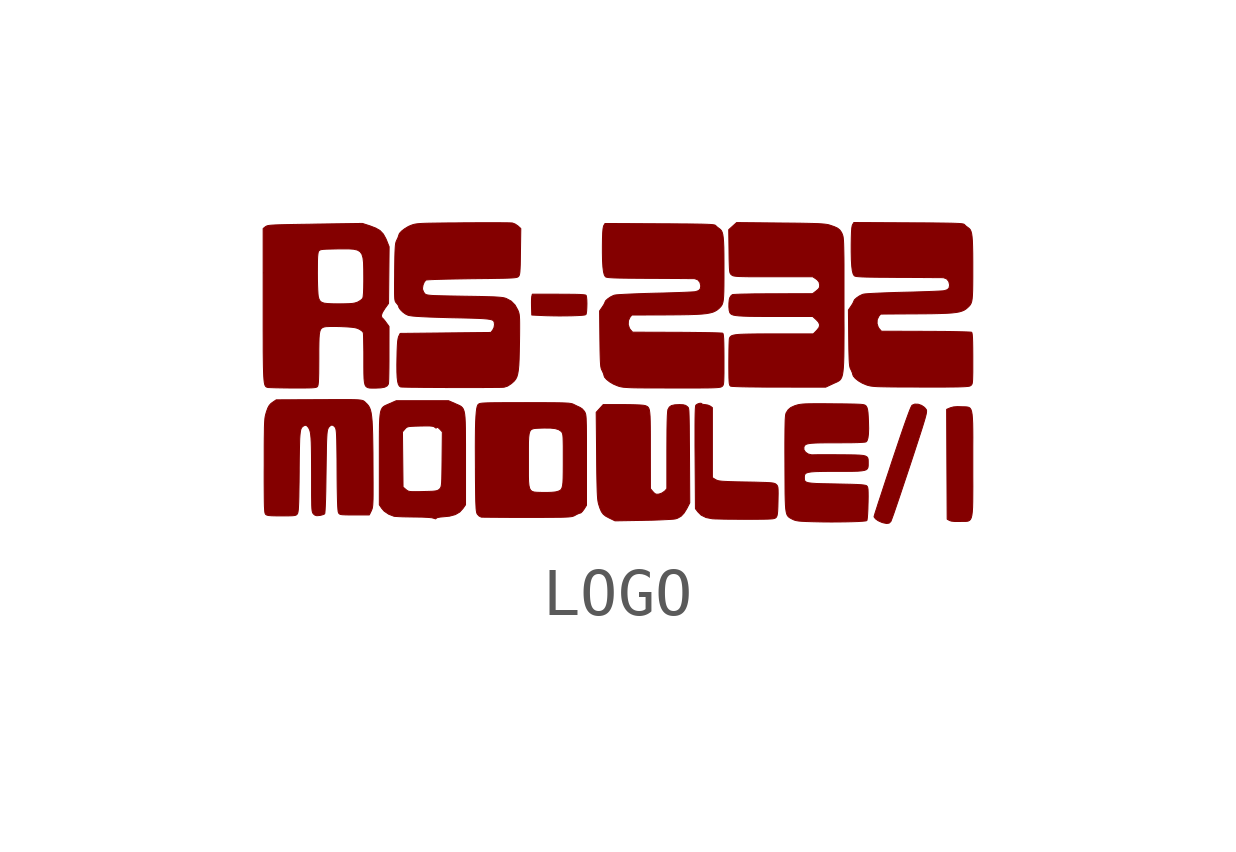
<source format=kicad_sym>
(kicad_symbol_lib
  (version 20220914)
  (generator bitmap2component)
  (symbol "LOGO"
    (pin_names
      (offset 1.016))
    (property "Reference" "#G"
      (at 0 2.714 0)
      (effects (font (size 1.27 1.27)) hide))
    (symbol "LOGO_0_0"
      (polyline (pts (xy 5.661 -3.156) (xy 5.697 -3.122) (xy 5.705 -3.102) (xy 5.726 -3.046) (xy 5.758 -2.958) (xy 5.798 -2.841) (xy 5.846 -2.7) (xy 5.901 -2.537) (xy 5.961 -2.357) (xy 6.026 -2.163) (xy 6.094 -1.958) (xy 6.125 -1.864) (xy 6.198 -1.642) (xy 6.259 -1.454) (xy 6.31 -1.297) (xy 6.351 -1.169) (xy 6.383 -1.065) (xy 6.407 -0.984) (xy 6.424 -0.921) (xy 6.435 -0.875) (xy 6.44 -0.841) (xy 6.441 -0.817) (xy 6.439 -0.801) (xy 6.433 -0.788) (xy 6.4 -0.747) (xy 6.337 -0.703) (xy 6.265 -0.678) (xy 6.194 -0.676) (xy 6.139 -0.699) (xy 6.131 -0.71) (xy 6.112 -0.748) (xy 6.085 -0.813) (xy 6.05 -0.907) (xy 6.005 -1.031) (xy 5.95 -1.188) (xy 5.885 -1.378) (xy 5.809 -1.604) (xy 5.721 -1.866) (xy 5.66 -2.053) (xy 5.595 -2.248) (xy 5.536 -2.428) (xy 5.483 -2.591) (xy 5.436 -2.732) (xy 5.399 -2.849) (xy 5.37 -2.938) (xy 5.353 -2.996) (xy 5.346 -3.018) (xy 5.348 -3.029) (xy 5.377 -3.067) (xy 5.431 -3.106) (xy 5.501 -3.138) (xy 5.533 -3.149) (xy 5.609 -3.164) (xy 5.661 -3.156)) (stroke (width 0.01) (type default)) (fill (type outline)))
      (polyline (pts (xy 4.617 -3.132) (xy 4.765 -3.13) (xy 4.899 -3.127) (xy 5.014 -3.123) (xy 5.106 -3.117) (xy 5.168 -3.111) (xy 5.195 -3.104) (xy 5.2 -3.091) (xy 5.207 -3.042) (xy 5.213 -2.964) (xy 5.218 -2.863) (xy 5.221 -2.746) (xy 5.222 -2.719) (xy 5.224 -2.6) (xy 5.223 -2.514) (xy 5.221 -2.455) (xy 5.215 -2.417) (xy 5.206 -2.394) (xy 5.193 -2.379) (xy 5.191 -2.377) (xy 5.17 -2.369) (xy 5.132 -2.362) (xy 5.075 -2.356) (xy 4.992 -2.351) (xy 4.882 -2.347) (xy 4.739 -2.344) (xy 4.559 -2.34) (xy 4.406 -2.337) (xy 4.255 -2.334) (xy 4.138 -2.33) (xy 4.049 -2.324) (xy 3.984 -2.316) (xy 3.941 -2.304) (xy 3.914 -2.288) (xy 3.9 -2.268) (xy 3.895 -2.242) (xy 3.894 -2.209) (xy 3.894 -2.188) (xy 3.898 -2.156) (xy 3.911 -2.131) (xy 3.936 -2.112) (xy 3.977 -2.099) (xy 4.038 -2.089) (xy 4.123 -2.083) (xy 4.236 -2.08) (xy 4.382 -2.078) (xy 4.564 -2.078) (xy 4.578 -2.078) (xy 4.756 -2.078) (xy 4.898 -2.077) (xy 5.008 -2.074) (xy 5.09 -2.067) (xy 5.148 -2.057) (xy 5.187 -2.042) (xy 5.21 -2.02) (xy 5.221 -1.991) (xy 5.225 -1.954) (xy 5.225 -1.907) (xy 5.225 -1.878) (xy 5.224 -1.835) (xy 5.217 -1.801) (xy 5.199 -1.776) (xy 5.168 -1.758) (xy 5.118 -1.746) (xy 5.045 -1.739) (xy 4.944 -1.735) (xy 4.812 -1.733) (xy 4.644 -1.732) (xy 4.525 -1.731) (xy 4.391 -1.731) (xy 4.273 -1.731) (xy 4.177 -1.731) (xy 4.11 -1.732) (xy 4.077 -1.733) (xy 4.044 -1.733) (xy 3.974 -1.716) (xy 3.918 -1.678) (xy 3.885 -1.628) (xy 3.884 -1.573) (xy 3.886 -1.567) (xy 3.897 -1.543) (xy 3.914 -1.525) (xy 3.942 -1.51) (xy 3.985 -1.5) (xy 4.048 -1.492) (xy 4.133 -1.487) (xy 4.247 -1.484) (xy 4.392 -1.483) (xy 4.574 -1.483) (xy 4.728 -1.482) (xy 4.89 -1.481) (xy 5.016 -1.478) (xy 5.106 -1.473) (xy 5.162 -1.468) (xy 5.185 -1.46) (xy 5.201 -1.439) (xy 5.219 -1.383) (xy 5.23 -1.299) (xy 5.234 -1.181) (xy 5.23 -1.028) (xy 5.226 -0.942) (xy 5.22 -0.851) (xy 5.211 -0.788) (xy 5.199 -0.747) (xy 5.184 -0.72) (xy 5.176 -0.711) (xy 5.164 -0.701) (xy 5.146 -0.693) (xy 5.118 -0.686) (xy 5.075 -0.681) (xy 5.014 -0.678) (xy 4.93 -0.675) (xy 4.818 -0.673) (xy 4.675 -0.671) (xy 4.496 -0.67) (xy 4.435 -0.669) (xy 4.261 -0.668) (xy 4.122 -0.668) (xy 4.012 -0.669) (xy 3.926 -0.671) (xy 3.86 -0.675) (xy 3.809 -0.681) (xy 3.768 -0.688) (xy 3.732 -0.698) (xy 3.691 -0.711) (xy 3.612 -0.747) (xy 3.558 -0.792) (xy 3.516 -0.856) (xy 3.515 -0.859) (xy 3.508 -0.879) (xy 3.502 -0.909) (xy 3.498 -0.952) (xy 3.494 -1.012) (xy 3.492 -1.092) (xy 3.49 -1.196) (xy 3.489 -1.327) (xy 3.488 -1.487) (xy 3.488 -1.682) (xy 3.489 -1.913) (xy 3.489 -1.955) (xy 3.49 -2.184) (xy 3.491 -2.377) (xy 3.492 -2.538) (xy 3.495 -2.668) (xy 3.499 -2.773) (xy 3.505 -2.854) (xy 3.514 -2.917) (xy 3.525 -2.963) (xy 3.54 -2.997) (xy 3.559 -3.021) (xy 3.581 -3.04) (xy 3.609 -3.056) (xy 3.642 -3.074) (xy 3.645 -3.075) (xy 3.679 -3.091) (xy 3.719 -3.103) (xy 3.77 -3.112) (xy 3.84 -3.118) (xy 3.936 -3.123) (xy 4.065 -3.127) (xy 4.149 -3.129) (xy 4.304 -3.132) (xy 4.462 -3.133) (xy 4.617 -3.132)) (stroke (width 0.01) (type default)) (fill (type outline)))
      (polyline (pts (xy 7.146 -3.122) (xy 7.179 -3.121) (xy 7.229 -3.121) (xy 7.27 -3.12) (xy 7.305 -3.115) (xy 7.333 -3.102) (xy 7.355 -3.08) (xy 7.372 -3.045) (xy 7.385 -2.993) (xy 7.394 -2.922) (xy 7.4 -2.83) (xy 7.403 -2.712) (xy 7.404 -2.565) (xy 7.405 -2.388) (xy 7.404 -2.176) (xy 7.404 -1.927) (xy 7.404 -1.792) (xy 7.404 -1.563) (xy 7.405 -1.37) (xy 7.404 -1.21) (xy 7.402 -1.079) (xy 7.397 -0.974) (xy 7.39 -0.893) (xy 7.38 -0.833) (xy 7.366 -0.79) (xy 7.348 -0.762) (xy 7.324 -0.745) (xy 7.295 -0.737) (xy 7.259 -0.733) (xy 7.217 -0.732) (xy 7.167 -0.731) (xy 7.084 -0.728) (xy 7 -0.735) (xy 6.935 -0.753) (xy 6.859 -0.785) (xy 6.864 -1.93) (xy 6.87 -3.075) (xy 6.92 -3.102) (xy 6.954 -3.114) (xy 7.032 -3.123) (xy 7.146 -3.122)) (stroke (width 0.01) (type default)) (fill (type outline)))
      (polyline (pts (xy 0.545 -3.099) (xy 0.58 -3.098) (xy 0.733 -3.095) (xy 0.875 -3.09) (xy 1 -3.084) (xy 1.101 -3.079) (xy 1.175 -3.073) (xy 1.213 -3.067) (xy 1.252 -3.054) (xy 1.326 -3.012) (xy 1.387 -2.947) (xy 1.446 -2.851) (xy 1.506 -2.734) (xy 1.502 -2.017) (xy 1.501 -1.837) (xy 1.5 -1.607) (xy 1.498 -1.413) (xy 1.497 -1.25) (xy 1.496 -1.117) (xy 1.494 -1.011) (xy 1.492 -0.927) (xy 1.49 -0.863) (xy 1.488 -0.817) (xy 1.484 -0.784) (xy 1.48 -0.763) (xy 1.475 -0.749) (xy 1.468 -0.741) (xy 1.461 -0.734) (xy 1.452 -0.726) (xy 1.42 -0.703) (xy 1.37 -0.69) (xy 1.292 -0.686) (xy 1.193 -0.691) (xy 1.123 -0.707) (xy 1.079 -0.739) (xy 1.052 -0.788) (xy 1.05 -0.792) (xy 1.044 -0.838) (xy 1.038 -0.922) (xy 1.034 -1.044) (xy 1.031 -1.205) (xy 1.03 -1.406) (xy 1.029 -1.646) (xy 1.029 -2.439) (xy 0.984 -2.489) (xy 0.981 -2.491) (xy 0.928 -2.528) (xy 0.865 -2.551) (xy 0.815 -2.555) (xy 0.778 -2.541) (xy 0.739 -2.501) (xy 0.686 -2.438) (xy 0.685 -1.617) (xy 0.685 -1.495) (xy 0.685 -1.306) (xy 0.684 -1.152) (xy 0.682 -1.028) (xy 0.679 -0.932) (xy 0.673 -0.859) (xy 0.666 -0.806) (xy 0.655 -0.769) (xy 0.642 -0.745) (xy 0.624 -0.728) (xy 0.603 -0.717) (xy 0.577 -0.707) (xy 0.54 -0.7) (xy 0.468 -0.694) (xy 0.369 -0.69) (xy 0.248 -0.687) (xy 0.112 -0.686) (xy -0.298 -0.686) (xy -0.371 -0.767) (xy -0.444 -0.847) (xy -0.435 -1.75) (xy -0.434 -1.909) (xy -0.432 -2.103) (xy -0.429 -2.264) (xy -0.426 -2.394) (xy -0.423 -2.499) (xy -0.419 -2.581) (xy -0.414 -2.645) (xy -0.408 -2.694) (xy -0.401 -2.732) (xy -0.393 -2.764) (xy -0.366 -2.847) (xy -0.334 -2.92) (xy -0.296 -2.971) (xy -0.246 -3.011) (xy -0.175 -3.049) (xy -0.051 -3.109) (xy 0.545 -3.099)) (stroke (width 0.01) (type default)) (fill (type outline)))
      (polyline (pts (xy -3.777 -3.055) (xy -3.777 -3.055) (xy -3.753 -3.041) (xy -3.694 -3.03) (xy -3.605 -3.022) (xy -3.499 -3.011) (xy -3.38 -2.979) (xy -3.288 -2.926) (xy -3.219 -2.85) (xy -3.167 -2.775) (xy -3.167 -1.822) (xy -3.167 -1.74) (xy -3.167 -1.519) (xy -3.168 -1.334) (xy -3.169 -1.181) (xy -3.172 -1.057) (xy -3.177 -0.958) (xy -3.185 -0.881) (xy -3.197 -0.823) (xy -3.213 -0.779) (xy -3.234 -0.748) (xy -3.26 -0.724) (xy -3.292 -0.705) (xy -3.331 -0.688) (xy -3.377 -0.668) (xy -3.521 -0.605) (xy -4.065 -0.605) (xy -4.61 -0.605) (xy -4.754 -0.668) (xy -4.77 -0.675) (xy -4.813 -0.694) (xy -4.85 -0.711) (xy -4.88 -0.731) (xy -4.904 -0.757) (xy -4.923 -0.792) (xy -4.938 -0.84) (xy -4.948 -0.904) (xy -4.955 -0.988) (xy -4.96 -1.095) (xy -4.962 -1.228) (xy -4.962 -1.255) (xy -4.481 -1.255) (xy -4.431 -1.198) (xy -4.424 -1.189) (xy -4.404 -1.169) (xy -4.38 -1.154) (xy -4.347 -1.145) (xy -4.296 -1.14) (xy -4.22 -1.136) (xy -4.11 -1.133) (xy -4.098 -1.133) (xy -3.988 -1.131) (xy -3.91 -1.132) (xy -3.859 -1.137) (xy -3.827 -1.145) (xy -3.808 -1.158) (xy -3.781 -1.177) (xy -3.766 -1.165) (xy -3.764 -1.162) (xy -3.742 -1.162) (xy -3.703 -1.198) (xy -3.65 -1.255) (xy -3.656 -1.827) (xy -3.656 -1.845) (xy -3.658 -2.009) (xy -3.66 -2.137) (xy -3.662 -2.234) (xy -3.665 -2.306) (xy -3.67 -2.357) (xy -3.676 -2.392) (xy -3.684 -2.415) (xy -3.694 -2.431) (xy -3.708 -2.446) (xy -3.711 -2.449) (xy -3.732 -2.466) (xy -3.758 -2.478) (xy -3.796 -2.486) (xy -3.853 -2.492) (xy -3.936 -2.495) (xy -4.053 -2.498) (xy -4.121 -2.5) (xy -4.218 -2.501) (xy -4.285 -2.5) (xy -4.331 -2.496) (xy -4.362 -2.488) (xy -4.386 -2.474) (xy -4.41 -2.455) (xy -4.469 -2.404) (xy -4.475 -1.83) (xy -4.481 -1.255) (xy -4.962 -1.255) (xy -4.963 -1.391) (xy -4.963 -1.588) (xy -4.963 -1.822) (xy -4.963 -2.775) (xy -4.912 -2.85) (xy -4.862 -2.907) (xy -4.768 -2.971) (xy -4.656 -3.014) (xy -4.627 -3.017) (xy -4.561 -3.021) (xy -4.47 -3.025) (xy -4.36 -3.027) (xy -4.239 -3.029) (xy -4.222 -3.029) (xy -4.07 -3.031) (xy -3.953 -3.037) (xy -3.872 -3.044) (xy -3.83 -3.055) (xy -3.825 -3.057) (xy -3.79 -3.068) (xy -3.777 -3.055)) (stroke (width 0.01) (type default)) (fill (type outline)))
      (polyline (pts (xy 2.918 -3.076) (xy 3.038 -3.075) (xy 3.128 -3.073) (xy 3.194 -3.07) (xy 3.24 -3.066) (xy 3.27 -3.059) (xy 3.289 -3.051) (xy 3.303 -3.041) (xy 3.312 -3.029) (xy 3.324 -3.004) (xy 3.332 -2.965) (xy 3.338 -2.905) (xy 3.342 -2.818) (xy 3.345 -2.697) (xy 3.346 -2.64) (xy 3.348 -2.538) (xy 3.347 -2.466) (xy 3.344 -2.418) (xy 3.336 -2.387) (xy 3.325 -2.367) (xy 3.308 -2.35) (xy 3.3 -2.343) (xy 3.282 -2.332) (xy 3.257 -2.324) (xy 3.22 -2.318) (xy 3.166 -2.313) (xy 3.09 -2.309) (xy 2.988 -2.306) (xy 2.855 -2.302) (xy 2.686 -2.299) (xy 2.619 -2.298) (xy 2.463 -2.295) (xy 2.341 -2.291) (xy 2.247 -2.287) (xy 2.178 -2.283) (xy 2.127 -2.277) (xy 2.091 -2.27) (xy 2.065 -2.26) (xy 2.043 -2.249) (xy 1.977 -2.209) (xy 1.977 -1.479) (xy 1.977 -0.749) (xy 1.932 -0.717) (xy 1.883 -0.696) (xy 1.821 -0.686) (xy 1.816 -0.686) (xy 1.773 -0.68) (xy 1.755 -0.668) (xy 1.74 -0.658) (xy 1.704 -0.661) (xy 1.663 -0.676) (xy 1.633 -0.698) (xy 1.631 -0.702) (xy 1.625 -0.731) (xy 1.621 -0.787) (xy 1.618 -0.871) (xy 1.616 -0.986) (xy 1.615 -1.133) (xy 1.615 -1.315) (xy 1.615 -1.533) (xy 1.617 -1.79) (xy 1.624 -2.855) (xy 1.675 -2.922) (xy 1.743 -2.99) (xy 1.845 -3.04) (xy 1.977 -3.066) (xy 1.982 -3.066) (xy 2.036 -3.069) (xy 2.124 -3.071) (xy 2.238 -3.074) (xy 2.372 -3.075) (xy 2.521 -3.076) (xy 2.677 -3.077) (xy 2.766 -3.077) (xy 2.918 -3.076)) (stroke (width 0.01) (type default)) (fill (type outline)))
      (polyline (pts (xy -1.735 -3.037) (xy -1.543 -3.037) (xy -1.384 -3.036) (xy -1.256 -3.035) (xy -1.155 -3.034) (xy -1.077 -3.031) (xy -1.018 -3.028) (xy -0.974 -3.023) (xy -0.942 -3.018) (xy -0.918 -3.01) (xy -0.898 -3.002) (xy -0.878 -2.991) (xy -0.856 -2.978) (xy -0.805 -2.955) (xy -0.773 -2.946) (xy -0.762 -2.942) (xy -0.732 -2.913) (xy -0.696 -2.865) (xy -0.646 -2.785) (xy -0.646 -1.841) (xy -0.646 -1.758) (xy -0.646 -1.551) (xy -0.646 -1.38) (xy -0.647 -1.241) (xy -0.648 -1.13) (xy -0.651 -1.043) (xy -0.653 -0.977) (xy -0.657 -0.929) (xy -0.662 -0.893) (xy -0.669 -0.868) (xy -0.677 -0.849) (xy -0.686 -0.832) (xy -0.69 -0.826) (xy -0.734 -0.776) (xy -0.782 -0.744) (xy -0.789 -0.741) (xy -0.848 -0.714) (xy -0.911 -0.683) (xy -0.911 -0.683) (xy -0.93 -0.674) (xy -0.953 -0.667) (xy -0.983 -0.661) (xy -1.024 -0.656) (xy -1.079 -0.653) (xy -1.153 -0.65) (xy -1.249 -0.648) (xy -1.37 -0.647) (xy -1.521 -0.646) (xy -1.704 -0.646) (xy -1.924 -0.645) (xy -1.98 -0.646) (xy -2.19 -0.646) (xy -2.365 -0.646) (xy -2.507 -0.647) (xy -2.62 -0.648) (xy -2.708 -0.65) (xy -2.775 -0.653) (xy -2.822 -0.656) (xy -2.856 -0.661) (xy -2.878 -0.667) (xy -2.893 -0.675) (xy -2.903 -0.684) (xy -2.91 -0.692) (xy -2.923 -0.722) (xy -2.934 -0.77) (xy -2.943 -0.838) (xy -2.95 -0.928) (xy -2.956 -1.044) (xy -2.96 -1.188) (xy -2.962 -1.361) (xy -2.963 -1.568) (xy -2.962 -1.81) (xy -2.961 -2.03) (xy -1.856 -2.03) (xy -1.856 -1.849) (xy -1.856 -1.757) (xy -1.856 -1.595) (xy -1.855 -1.466) (xy -1.85 -1.368) (xy -1.841 -1.296) (xy -1.826 -1.245) (xy -1.803 -1.212) (xy -1.77 -1.194) (xy -1.728 -1.184) (xy -1.672 -1.18) (xy -1.603 -1.177) (xy -1.531 -1.175) (xy -1.398 -1.176) (xy -1.298 -1.187) (xy -1.226 -1.209) (xy -1.177 -1.242) (xy -1.176 -1.243) (xy -1.162 -1.258) (xy -1.152 -1.274) (xy -1.144 -1.297) (xy -1.138 -1.331) (xy -1.134 -1.381) (xy -1.132 -1.452) (xy -1.13 -1.55) (xy -1.13 -1.677) (xy -1.13 -1.841) (xy -1.13 -1.941) (xy -1.131 -2.096) (xy -1.133 -2.217) (xy -1.137 -2.309) (xy -1.145 -2.376) (xy -1.158 -2.424) (xy -1.175 -2.456) (xy -1.2 -2.476) (xy -1.231 -2.49) (xy -1.27 -2.501) (xy -1.297 -2.507) (xy -1.369 -2.514) (xy -1.459 -2.517) (xy -1.557 -2.517) (xy -1.604 -2.516) (xy -1.676 -2.514) (xy -1.734 -2.509) (xy -1.777 -2.496) (xy -1.809 -2.471) (xy -1.831 -2.431) (xy -1.845 -2.371) (xy -1.853 -2.287) (xy -1.856 -2.174) (xy -1.856 -2.03) (xy -2.961 -2.03) (xy -2.961 -2.09) (xy -2.96 -2.26) (xy -2.958 -2.437) (xy -2.956 -2.581) (xy -2.954 -2.695) (xy -2.95 -2.783) (xy -2.947 -2.849) (xy -2.942 -2.897) (xy -2.936 -2.931) (xy -2.929 -2.954) (xy -2.92 -2.971) (xy -2.884 -3.009) (xy -2.84 -3.031) (xy -2.82 -3.032) (xy -2.762 -3.033) (xy -2.671 -3.034) (xy -2.552 -3.035) (xy -2.408 -3.036) (xy -2.245 -3.037) (xy -2.066 -3.037) (xy -1.876 -3.037) (xy -1.735 -3.037)) (stroke (width 0.01) (type default)) (fill (type outline)))
      (polyline (pts (xy -6.845 -3.005) (xy -6.774 -3.003) (xy -6.729 -2.998) (xy -6.7 -2.99) (xy -6.683 -2.978) (xy -6.67 -2.961) (xy -6.663 -2.946) (xy -6.657 -2.917) (xy -6.651 -2.872) (xy -6.647 -2.809) (xy -6.643 -2.722) (xy -6.64 -2.609) (xy -6.638 -2.467) (xy -6.635 -2.291) (xy -6.633 -2.078) (xy -6.633 -2.009) (xy -6.631 -1.807) (xy -6.628 -1.639) (xy -6.625 -1.504) (xy -6.622 -1.397) (xy -6.616 -1.315) (xy -6.609 -1.253) (xy -6.6 -1.208) (xy -6.588 -1.177) (xy -6.573 -1.156) (xy -6.555 -1.14) (xy -6.532 -1.127) (xy -6.516 -1.119) (xy -6.484 -1.119) (xy -6.453 -1.149) (xy -6.448 -1.155) (xy -6.43 -1.182) (xy -6.415 -1.214) (xy -6.403 -1.256) (xy -6.394 -1.311) (xy -6.387 -1.383) (xy -6.382 -1.475) (xy -6.379 -1.593) (xy -6.377 -1.739) (xy -6.376 -1.918) (xy -6.375 -2.133) (xy -6.375 -2.27) (xy -6.375 -2.445) (xy -6.375 -2.586) (xy -6.373 -2.697) (xy -6.372 -2.783) (xy -6.369 -2.846) (xy -6.365 -2.891) (xy -6.359 -2.921) (xy -6.352 -2.942) (xy -6.343 -2.956) (xy -6.333 -2.968) (xy -6.306 -2.99) (xy -6.267 -3.002) (xy -6.207 -2.997) (xy -6.188 -2.994) (xy -6.134 -2.979) (xy -6.103 -2.964) (xy -6.098 -2.943) (xy -6.093 -2.883) (xy -6.088 -2.788) (xy -6.083 -2.659) (xy -6.079 -2.498) (xy -6.076 -2.309) (xy -6.073 -2.092) (xy -6.073 -2.091) (xy -6.07 -1.881) (xy -6.067 -1.708) (xy -6.065 -1.567) (xy -6.062 -1.455) (xy -6.058 -1.368) (xy -6.054 -1.303) (xy -6.049 -1.254) (xy -6.043 -1.22) (xy -6.036 -1.194) (xy -6.027 -1.175) (xy -6.012 -1.152) (xy -5.97 -1.115) (xy -5.925 -1.118) (xy -5.882 -1.161) (xy -5.876 -1.173) (xy -5.869 -1.194) (xy -5.863 -1.226) (xy -5.858 -1.272) (xy -5.854 -1.336) (xy -5.851 -1.421) (xy -5.849 -1.532) (xy -5.847 -1.672) (xy -5.845 -1.844) (xy -5.844 -2.053) (xy -5.843 -2.216) (xy -5.841 -2.413) (xy -5.838 -2.575) (xy -5.835 -2.703) (xy -5.831 -2.801) (xy -5.826 -2.872) (xy -5.821 -2.917) (xy -5.814 -2.94) (xy -5.808 -2.951) (xy -5.795 -2.965) (xy -5.774 -2.975) (xy -5.739 -2.981) (xy -5.682 -2.984) (xy -5.598 -2.986) (xy -5.48 -2.986) (xy -5.172 -2.986) (xy -5.13 -2.9) (xy -5.128 -2.895) (xy -5.119 -2.874) (xy -5.111 -2.85) (xy -5.105 -2.82) (xy -5.1 -2.781) (xy -5.097 -2.728) (xy -5.094 -2.657) (xy -5.093 -2.566) (xy -5.093 -2.449) (xy -5.093 -2.303) (xy -5.094 -2.125) (xy -5.095 -1.91) (xy -5.096 -1.694) (xy -5.099 -1.482) (xy -5.102 -1.304) (xy -5.107 -1.157) (xy -5.113 -1.036) (xy -5.122 -0.939) (xy -5.133 -0.861) (xy -5.147 -0.8) (xy -5.165 -0.752) (xy -5.186 -0.714) (xy -5.212 -0.681) (xy -5.243 -0.651) (xy -5.251 -0.643) (xy -5.266 -0.628) (xy -5.281 -0.616) (xy -5.298 -0.606) (xy -5.322 -0.598) (xy -5.356 -0.592) (xy -5.403 -0.587) (xy -5.466 -0.584) (xy -5.55 -0.582) (xy -5.657 -0.581) (xy -5.79 -0.581) (xy -5.954 -0.582) (xy -6.151 -0.583) (xy -6.385 -0.584) (xy -7.112 -0.587) (xy -7.191 -0.641) (xy -7.222 -0.664) (xy -7.258 -0.704) (xy -7.287 -0.757) (xy -7.316 -0.837) (xy -7.324 -0.865) (xy -7.333 -0.897) (xy -7.341 -0.931) (xy -7.347 -0.971) (xy -7.351 -1.02) (xy -7.355 -1.083) (xy -7.358 -1.164) (xy -7.359 -1.266) (xy -7.361 -1.392) (xy -7.362 -1.548) (xy -7.362 -1.736) (xy -7.362 -1.96) (xy -7.363 -2.09) (xy -7.363 -2.296) (xy -7.362 -2.467) (xy -7.361 -2.607) (xy -7.36 -2.717) (xy -7.358 -2.803) (xy -7.354 -2.868) (xy -7.351 -2.913) (xy -7.346 -2.944) (xy -7.339 -2.963) (xy -7.332 -2.974) (xy -7.328 -2.978) (xy -7.305 -2.99) (xy -7.268 -2.998) (xy -7.208 -3.003) (xy -7.121 -3.005) (xy -7 -3.006) (xy -6.946 -3.006) (xy -6.845 -3.005)) (stroke (width 0.01) (type default)) (fill (type outline)))
      (polyline (pts (xy -5.045 -0.343) (xy -4.93 -0.338) (xy -4.849 -0.323) (xy -4.798 -0.295) (xy -4.773 -0.255) (xy -4.773 -0.252) (xy -4.77 -0.216) (xy -4.767 -0.145) (xy -4.765 -0.046) (xy -4.763 0.076) (xy -4.762 0.215) (xy -4.762 0.365) (xy -4.761 0.942) (xy -4.821 1.024) (xy -4.841 1.052) (xy -4.877 1.096) (xy -4.901 1.119) (xy -4.91 1.126) (xy -4.921 1.167) (xy -4.901 1.23) (xy -4.847 1.317) (xy -4.771 1.422) (xy -4.765 2.013) (xy -4.759 2.603) (xy -4.811 2.735) (xy -4.828 2.774) (xy -4.88 2.868) (xy -4.946 2.938) (xy -5.035 2.991) (xy -5.154 3.037) (xy -5.315 3.089) (xy -6.3 3.075) (xy -6.386 3.073) (xy -6.598 3.07) (xy -6.774 3.067) (xy -6.918 3.064) (xy -7.034 3.061) (xy -7.124 3.058) (xy -7.193 3.054) (xy -7.244 3.05) (xy -7.28 3.044) (xy -7.304 3.038) (xy -7.322 3.03) (xy -7.335 3.022) (xy -7.384 2.983) (xy -7.384 2.059) (xy -6.254 2.059) (xy -6.253 2.188) (xy -6.252 2.305) (xy -6.249 2.392) (xy -6.243 2.452) (xy -6.236 2.491) (xy -6.226 2.513) (xy -6.218 2.522) (xy -6.201 2.534) (xy -6.173 2.543) (xy -6.129 2.549) (xy -6.062 2.553) (xy -5.967 2.555) (xy -5.837 2.558) (xy -5.744 2.559) (xy -5.607 2.559) (xy -5.501 2.552) (xy -5.421 2.534) (xy -5.365 2.501) (xy -5.327 2.449) (xy -5.304 2.373) (xy -5.292 2.269) (xy -5.288 2.133) (xy -5.287 1.961) (xy -5.287 1.881) (xy -5.289 1.746) (xy -5.293 1.64) (xy -5.3 1.567) (xy -5.308 1.53) (xy -5.316 1.519) (xy -5.357 1.484) (xy -5.413 1.451) (xy -5.432 1.444) (xy -5.473 1.431) (xy -5.524 1.422) (xy -5.592 1.417) (xy -5.685 1.414) (xy -5.81 1.413) (xy -5.937 1.414) (xy -6.04 1.419) (xy -6.114 1.428) (xy -6.165 1.446) (xy -6.198 1.473) (xy -6.22 1.512) (xy -6.235 1.565) (xy -6.236 1.569) (xy -6.241 1.619) (xy -6.246 1.701) (xy -6.25 1.806) (xy -6.253 1.928) (xy -6.254 2.059) (xy -7.384 2.059) (xy -7.384 1.39) (xy -7.384 1.111) (xy -7.384 0.845) (xy -7.383 0.615) (xy -7.383 0.418) (xy -7.381 0.251) (xy -7.379 0.112) (xy -7.376 -0.003) (xy -7.372 -0.095) (xy -7.367 -0.166) (xy -7.361 -0.221) (xy -7.353 -0.261) (xy -7.344 -0.288) (xy -7.333 -0.306) (xy -7.32 -0.318) (xy -7.305 -0.324) (xy -7.288 -0.329) (xy -7.273 -0.331) (xy -7.22 -0.333) (xy -7.137 -0.336) (xy -7.03 -0.338) (xy -6.904 -0.34) (xy -6.766 -0.341) (xy -6.701 -0.341) (xy -6.561 -0.341) (xy -6.454 -0.34) (xy -6.376 -0.338) (xy -6.322 -0.334) (xy -6.286 -0.328) (xy -6.264 -0.32) (xy -6.252 -0.31) (xy -6.245 -0.296) (xy -6.238 -0.265) (xy -6.232 -0.214) (xy -6.229 -0.139) (xy -6.226 -0.036) (xy -6.225 0.099) (xy -6.224 0.27) (xy -6.224 0.291) (xy -6.224 0.462) (xy -6.222 0.597) (xy -6.219 0.701) (xy -6.213 0.779) (xy -6.203 0.835) (xy -6.19 0.874) (xy -6.172 0.9) (xy -6.148 0.917) (xy -6.118 0.93) (xy -6.117 0.93) (xy -6.072 0.938) (xy -5.995 0.941) (xy -5.89 0.942) (xy -5.765 0.939) (xy -5.639 0.933) (xy -5.545 0.926) (xy -5.477 0.917) (xy -5.427 0.905) (xy -5.388 0.888) (xy -5.37 0.879) (xy -5.323 0.846) (xy -5.298 0.816) (xy -5.295 0.793) (xy -5.292 0.735) (xy -5.29 0.646) (xy -5.288 0.534) (xy -5.286 0.403) (xy -5.286 0.261) (xy -5.286 0.104) (xy -5.285 -0.035) (xy -5.282 -0.142) (xy -5.274 -0.221) (xy -5.261 -0.276) (xy -5.24 -0.311) (xy -5.209 -0.331) (xy -5.168 -0.341) (xy -5.113 -0.343) (xy -5.045 -0.343)) (stroke (width 0.01) (type default)) (fill (type outline)))
      (polyline (pts (xy -2.991 -0.331) (xy -2.83 -0.331) (xy -2.684 -0.33) (xy -2.559 -0.329) (xy -2.459 -0.328) (xy -2.389 -0.326) (xy -2.359 -0.323) (xy -2.29 -0.301) (xy -2.215 -0.252) (xy -2.188 -0.229) (xy -2.15 -0.194) (xy -2.12 -0.155) (xy -2.096 -0.107) (xy -2.079 -0.047) (xy -2.066 0.031) (xy -2.056 0.131) (xy -2.05 0.257) (xy -2.046 0.414) (xy -2.042 0.607) (xy -2.04 0.76) (xy -2.039 0.897) (xy -2.039 1.003) (xy -2.04 1.083) (xy -2.043 1.144) (xy -2.048 1.189) (xy -2.055 1.224) (xy -2.065 1.255) (xy -2.078 1.286) (xy -2.135 1.389) (xy -2.215 1.47) (xy -2.32 1.526) (xy -2.321 1.526) (xy -2.349 1.535) (xy -2.385 1.543) (xy -2.432 1.549) (xy -2.495 1.554) (xy -2.578 1.559) (xy -2.685 1.562) (xy -2.82 1.566) (xy -2.987 1.569) (xy -3.191 1.572) (xy -3.353 1.575) (xy -3.523 1.578) (xy -3.659 1.581) (xy -3.766 1.584) (xy -3.848 1.587) (xy -3.908 1.592) (xy -3.95 1.597) (xy -3.979 1.603) (xy -3.998 1.611) (xy -4.011 1.62) (xy -4.038 1.655) (xy -4.061 1.711) (xy -4.063 1.741) (xy -4.052 1.807) (xy -4.026 1.869) (xy -3.992 1.909) (xy -3.972 1.912) (xy -3.915 1.916) (xy -3.825 1.92) (xy -3.707 1.924) (xy -3.564 1.928) (xy -3.402 1.931) (xy -3.223 1.934) (xy -3.032 1.937) (xy -2.853 1.939) (xy -2.664 1.941) (xy -2.508 1.944) (xy -2.383 1.946) (xy -2.285 1.949) (xy -2.21 1.952) (xy -2.155 1.956) (xy -2.117 1.961) (xy -2.091 1.967) (xy -2.075 1.974) (xy -2.064 1.983) (xy -2.058 1.989) (xy -2.048 2.007) (xy -2.04 2.035) (xy -2.034 2.078) (xy -2.03 2.141) (xy -2.026 2.229) (xy -2.024 2.347) (xy -2.022 2.501) (xy -2.015 2.982) (xy -2.072 3.035) (xy -2.076 3.038) (xy -2.132 3.076) (xy -2.189 3.098) (xy -2.22 3.1) (xy -2.288 3.102) (xy -2.388 3.103) (xy -2.516 3.104) (xy -2.667 3.104) (xy -2.837 3.104) (xy -3.022 3.103) (xy -3.218 3.102) (xy -3.369 3.1) (xy -3.568 3.099) (xy -3.732 3.097) (xy -3.866 3.095) (xy -3.974 3.093) (xy -4.059 3.09) (xy -4.125 3.086) (xy -4.176 3.081) (xy -4.216 3.075) (xy -4.248 3.068) (xy -4.276 3.059) (xy -4.304 3.049) (xy -4.357 3.026) (xy -4.432 2.981) (xy -4.497 2.931) (xy -4.543 2.882) (xy -4.559 2.842) (xy -4.56 2.836) (xy -4.574 2.794) (xy -4.599 2.741) (xy -4.605 2.729) (xy -4.615 2.704) (xy -4.623 2.672) (xy -4.629 2.628) (xy -4.633 2.569) (xy -4.637 2.488) (xy -4.64 2.381) (xy -4.642 2.244) (xy -4.644 2.072) (xy -4.644 2.005) (xy -4.646 1.848) (xy -4.646 1.725) (xy -4.646 1.631) (xy -4.644 1.562) (xy -4.641 1.514) (xy -4.635 1.48) (xy -4.628 1.458) (xy -4.617 1.442) (xy -4.605 1.427) (xy -4.603 1.426) (xy -4.572 1.386) (xy -4.559 1.356) (xy -4.555 1.337) (xy -4.524 1.292) (xy -4.475 1.243) (xy -4.418 1.201) (xy -4.364 1.175) (xy -4.338 1.169) (xy -4.277 1.16) (xy -4.187 1.152) (xy -4.068 1.145) (xy -3.918 1.138) (xy -3.733 1.132) (xy -3.512 1.125) (xy -3.253 1.12) (xy -3.217 1.119) (xy -3.041 1.115) (xy -2.901 1.11) (xy -2.791 1.104) (xy -2.71 1.097) (xy -2.651 1.088) (xy -2.612 1.077) (xy -2.587 1.064) (xy -2.57 1.035) (xy -2.563 0.98) (xy -2.574 0.917) (xy -2.601 0.865) (xy -2.639 0.817) (xy -3.584 0.807) (xy -4.529 0.797) (xy -4.559 0.736) (xy -4.563 0.727) (xy -4.573 0.687) (xy -4.582 0.627) (xy -4.588 0.541) (xy -4.593 0.424) (xy -4.596 0.272) (xy -4.598 0.142) (xy -4.597 -0.006) (xy -4.592 -0.12) (xy -4.582 -0.204) (xy -4.567 -0.263) (xy -4.546 -0.3) (xy -4.519 -0.319) (xy -4.516 -0.319) (xy -4.481 -0.321) (xy -4.412 -0.323) (xy -4.312 -0.325) (xy -4.188 -0.326) (xy -4.042 -0.328) (xy -3.881 -0.329) (xy -3.708 -0.33) (xy -3.527 -0.331) (xy -3.345 -0.331) (xy -3.165 -0.331) (xy -2.991 -0.331)) (stroke (width 0.01) (type default)) (fill (type outline)))
      (polyline (pts (xy 1.638 -0.341) (xy 1.782 -0.34) (xy 1.896 -0.339) (xy 1.986 -0.337) (xy 2.054 -0.334) (xy 2.103 -0.33) (xy 2.138 -0.325) (xy 2.16 -0.319) (xy 2.174 -0.311) (xy 2.186 -0.303) (xy 2.196 -0.291) (xy 2.205 -0.272) (xy 2.211 -0.241) (xy 2.215 -0.195) (xy 2.217 -0.127) (xy 2.219 -0.033) (xy 2.219 0.092) (xy 2.219 0.252) (xy 2.219 0.317) (xy 2.218 0.474) (xy 2.216 0.597) (xy 2.213 0.687) (xy 2.208 0.749) (xy 2.202 0.785) (xy 2.194 0.801) (xy 2.175 0.804) (xy 2.119 0.807) (xy 2.031 0.81) (xy 1.913 0.813) (xy 1.772 0.815) (xy 1.61 0.817) (xy 1.432 0.819) (xy 1.242 0.82) (xy 0.315 0.823) (xy 0.268 0.876) (xy 0.249 0.904) (xy 0.224 0.982) (xy 0.228 1.063) (xy 0.26 1.133) (xy 0.299 1.18) (xy 0.972 1.182) (xy 1.115 1.183) (xy 1.324 1.185) (xy 1.499 1.188) (xy 1.643 1.193) (xy 1.76 1.2) (xy 1.855 1.21) (xy 1.93 1.224) (xy 1.99 1.24) (xy 2.038 1.262) (xy 2.079 1.287) (xy 2.115 1.317) (xy 2.12 1.322) (xy 2.146 1.348) (xy 2.168 1.375) (xy 2.184 1.406) (xy 2.197 1.446) (xy 2.206 1.5) (xy 2.212 1.572) (xy 2.216 1.667) (xy 2.218 1.788) (xy 2.219 1.941) (xy 2.219 2.13) (xy 2.219 2.272) (xy 2.218 2.448) (xy 2.216 2.59) (xy 2.211 2.703) (xy 2.204 2.79) (xy 2.195 2.856) (xy 2.182 2.904) (xy 2.166 2.938) (xy 2.145 2.963) (xy 2.119 2.983) (xy 2.079 3.013) (xy 2.044 3.046) (xy 2.043 3.047) (xy 2.033 3.054) (xy 2.013 3.059) (xy 1.979 3.064) (xy 1.93 3.068) (xy 1.861 3.071) (xy 1.771 3.074) (xy 1.655 3.076) (xy 1.511 3.078) (xy 1.336 3.079) (xy 1.127 3.081) (xy 0.88 3.082) (xy -0.26 3.088) (xy -0.287 3.042) (xy -0.293 3.024) (xy -0.302 2.973) (xy -0.309 2.891) (xy -0.313 2.775) (xy -0.315 2.623) (xy -0.315 2.477) (xy -0.312 2.311) (xy -0.304 2.181) (xy -0.292 2.083) (xy -0.275 2.017) (xy -0.253 1.979) (xy -0.246 1.974) (xy -0.228 1.968) (xy -0.197 1.962) (xy -0.15 1.958) (xy -0.084 1.954) (xy 0.005 1.951) (xy 0.12 1.949) (xy 0.266 1.947) (xy 0.445 1.946) (xy 0.66 1.944) (xy 0.78 1.944) (xy 0.96 1.943) (xy 1.127 1.942) (xy 1.275 1.941) (xy 1.401 1.94) (xy 1.5 1.939) (xy 1.567 1.939) (xy 1.599 1.938) (xy 1.608 1.938) (xy 1.673 1.914) (xy 1.718 1.861) (xy 1.735 1.788) (xy 1.735 1.781) (xy 1.724 1.724) (xy 1.69 1.689) (xy 1.624 1.667) (xy 1.621 1.666) (xy 1.583 1.663) (xy 1.509 1.659) (xy 1.405 1.654) (xy 1.276 1.649) (xy 1.127 1.644) (xy 0.962 1.639) (xy 0.787 1.635) (xy 0.785 1.635) (xy 0.603 1.63) (xy 0.433 1.624) (xy 0.281 1.618) (xy 0.15 1.612) (xy 0.046 1.606) (xy -0.028 1.6) (xy -0.065 1.594) (xy -0.085 1.587) (xy -0.146 1.557) (xy -0.203 1.518) (xy -0.246 1.479) (xy -0.262 1.447) (xy -0.265 1.436) (xy -0.285 1.396) (xy -0.318 1.345) (xy -0.373 1.265) (xy -0.367 0.68) (xy -0.366 0.61) (xy -0.364 0.454) (xy -0.361 0.33) (xy -0.358 0.236) (xy -0.354 0.165) (xy -0.349 0.113) (xy -0.342 0.075) (xy -0.333 0.047) (xy -0.321 0.023) (xy -0.314 0.009) (xy -0.291 -0.043) (xy -0.282 -0.078) (xy -0.27 -0.114) (xy -0.227 -0.163) (xy -0.162 -0.214) (xy -0.084 -0.26) (xy -0.001 -0.295) (xy 0.022 -0.303) (xy 0.053 -0.312) (xy 0.087 -0.319) (xy 0.127 -0.325) (xy 0.177 -0.329) (xy 0.241 -0.333) (xy 0.323 -0.336) (xy 0.426 -0.338) (xy 0.555 -0.339) (xy 0.713 -0.34) (xy 0.903 -0.34) (xy 1.13 -0.341) (xy 1.252 -0.341) (xy 1.463 -0.341) (xy 1.638 -0.341)) (stroke (width 0.01) (type default)) (fill (type outline)))
      (polyline (pts (xy 4.491 -0.252) (xy 4.503 -0.246) (xy 4.544 -0.228) (xy 4.58 -0.212) (xy 4.61 -0.195) (xy 4.636 -0.175) (xy 4.657 -0.148) (xy 4.675 -0.111) (xy 4.689 -0.063) (xy 4.699 0.001) (xy 4.707 0.082) (xy 4.713 0.184) (xy 4.717 0.309) (xy 4.719 0.461) (xy 4.72 0.641) (xy 4.721 0.854) (xy 4.72 1.101) (xy 4.72 1.385) (xy 4.72 1.597) (xy 4.72 1.84) (xy 4.72 2.047) (xy 4.72 2.223) (xy 4.719 2.369) (xy 4.717 2.49) (xy 4.715 2.587) (xy 4.713 2.664) (xy 4.71 2.724) (xy 4.706 2.77) (xy 4.702 2.805) (xy 4.696 2.832) (xy 4.689 2.853) (xy 4.682 2.872) (xy 4.667 2.904) (xy 4.633 2.952) (xy 4.587 2.99) (xy 4.518 3.022) (xy 4.418 3.056) (xy 4.396 3.062) (xy 4.36 3.069) (xy 4.314 3.075) (xy 4.254 3.08) (xy 4.176 3.085) (xy 4.078 3.088) (xy 3.954 3.091) (xy 3.802 3.094) (xy 3.616 3.096) (xy 3.394 3.098) (xy 2.482 3.107) (xy 2.4 3.033) (xy 2.318 2.959) (xy 2.324 2.507) (xy 2.324 2.488) (xy 2.326 2.346) (xy 2.329 2.239) (xy 2.332 2.16) (xy 2.336 2.105) (xy 2.342 2.068) (xy 2.351 2.045) (xy 2.362 2.029) (xy 2.378 2.016) (xy 2.384 2.011) (xy 2.398 2.002) (xy 2.419 1.995) (xy 2.449 1.99) (xy 2.492 1.985) (xy 2.552 1.982) (xy 2.634 1.98) (xy 2.74 1.978) (xy 2.875 1.978) (xy 3.043 1.977) (xy 3.247 1.977) (xy 4.069 1.977) (xy 4.138 1.931) (xy 4.16 1.915) (xy 4.198 1.871) (xy 4.213 1.813) (xy 4.213 1.804) (xy 4.21 1.759) (xy 4.189 1.724) (xy 4.142 1.683) (xy 4.065 1.625) (xy 3.248 1.623) (xy 3.183 1.623) (xy 3.008 1.622) (xy 2.846 1.621) (xy 2.702 1.618) (xy 2.58 1.616) (xy 2.485 1.612) (xy 2.422 1.609) (xy 2.394 1.605) (xy 2.367 1.584) (xy 2.339 1.539) (xy 2.329 1.5) (xy 2.322 1.428) (xy 2.321 1.349) (xy 2.327 1.278) (xy 2.34 1.232) (xy 2.345 1.223) (xy 2.36 1.205) (xy 2.383 1.19) (xy 2.417 1.178) (xy 2.466 1.169) (xy 2.534 1.162) (xy 2.624 1.157) (xy 2.74 1.153) (xy 2.885 1.151) (xy 3.063 1.15) (xy 3.277 1.15) (xy 4.067 1.15) (xy 4.142 1.082) (xy 4.189 1.032) (xy 4.213 0.975) (xy 4.199 0.919) (xy 4.148 0.856) (xy 4.079 0.787) (xy 3.269 0.787) (xy 3.074 0.787) (xy 2.893 0.786) (xy 2.744 0.784) (xy 2.627 0.781) (xy 2.535 0.777) (xy 2.466 0.77) (xy 2.415 0.761) (xy 2.381 0.75) (xy 2.358 0.735) (xy 2.343 0.717) (xy 2.333 0.695) (xy 2.33 0.683) (xy 2.327 0.634) (xy 2.324 0.554) (xy 2.322 0.45) (xy 2.321 0.327) (xy 2.32 0.191) (xy 2.32 0.105) (xy 2.321 -0.026) (xy 2.322 -0.125) (xy 2.325 -0.195) (xy 2.329 -0.243) (xy 2.336 -0.274) (xy 2.344 -0.291) (xy 2.355 -0.301) (xy 2.357 -0.302) (xy 2.391 -0.307) (xy 2.463 -0.311) (xy 2.574 -0.315) (xy 2.721 -0.318) (xy 2.902 -0.32) (xy 3.118 -0.322) (xy 3.365 -0.322) (xy 4.339 -0.323) (xy 4.491 -0.252)) (stroke (width 0.01) (type default)) (fill (type outline)))
      (polyline (pts (xy 6.823 -0.321) (xy 6.966 -0.32) (xy 7.081 -0.319) (xy 7.171 -0.316) (xy 7.239 -0.313) (xy 7.288 -0.309) (xy 7.322 -0.305) (xy 7.345 -0.299) (xy 7.359 -0.291) (xy 7.37 -0.283) (xy 7.381 -0.271) (xy 7.39 -0.252) (xy 7.396 -0.221) (xy 7.4 -0.174) (xy 7.402 -0.106) (xy 7.404 -0.013) (xy 7.404 0.112) (xy 7.404 0.272) (xy 7.404 0.337) (xy 7.403 0.494) (xy 7.401 0.617) (xy 7.398 0.707) (xy 7.393 0.769) (xy 7.387 0.806) (xy 7.379 0.821) (xy 7.36 0.824) (xy 7.304 0.827) (xy 7.216 0.83) (xy 7.098 0.833) (xy 6.957 0.836) (xy 6.795 0.838) (xy 6.617 0.839) (xy 6.427 0.84) (xy 5.5 0.843) (xy 5.453 0.897) (xy 5.434 0.925) (xy 5.409 1.002) (xy 5.412 1.083) (xy 5.445 1.153) (xy 5.484 1.2) (xy 6.157 1.204) (xy 6.355 1.205) (xy 6.555 1.207) (xy 6.721 1.211) (xy 6.857 1.216) (xy 6.968 1.223) (xy 7.056 1.233) (xy 7.127 1.246) (xy 7.182 1.263) (xy 7.227 1.283) (xy 7.265 1.308) (xy 7.3 1.338) (xy 7.304 1.342) (xy 7.331 1.368) (xy 7.353 1.395) (xy 7.369 1.426) (xy 7.382 1.466) (xy 7.391 1.52) (xy 7.397 1.592) (xy 7.401 1.687) (xy 7.403 1.808) (xy 7.404 1.962) (xy 7.404 2.15) (xy 7.404 2.292) (xy 7.403 2.468) (xy 7.4 2.61) (xy 7.396 2.723) (xy 7.389 2.811) (xy 7.38 2.876) (xy 7.367 2.924) (xy 7.351 2.959) (xy 7.33 2.983) (xy 7.304 3.003) (xy 7.263 3.033) (xy 7.229 3.066) (xy 7.228 3.067) (xy 7.218 3.074) (xy 7.197 3.079) (xy 7.164 3.084) (xy 7.115 3.088) (xy 7.046 3.091) (xy 6.956 3.094) (xy 6.84 3.096) (xy 6.696 3.098) (xy 6.521 3.1) (xy 6.312 3.101) (xy 6.065 3.102) (xy 4.925 3.108) (xy 4.898 3.062) (xy 4.891 3.044) (xy 4.882 2.993) (xy 4.876 2.911) (xy 4.872 2.796) (xy 4.87 2.643) (xy 4.87 2.497) (xy 4.873 2.331) (xy 4.881 2.201) (xy 4.893 2.104) (xy 4.91 2.038) (xy 4.932 2) (xy 4.939 1.995) (xy 4.957 1.988) (xy 4.988 1.982) (xy 5.035 1.978) (xy 5.101 1.974) (xy 5.19 1.971) (xy 5.305 1.969) (xy 5.451 1.967) (xy 5.63 1.966) (xy 5.845 1.964) (xy 5.965 1.964) (xy 6.145 1.963) (xy 6.312 1.962) (xy 6.46 1.961) (xy 6.586 1.96) (xy 6.685 1.959) (xy 6.752 1.959) (xy 6.784 1.958) (xy 6.793 1.958) (xy 6.858 1.934) (xy 6.903 1.881) (xy 6.92 1.808) (xy 6.92 1.801) (xy 6.909 1.744) (xy 6.875 1.709) (xy 6.809 1.687) (xy 6.806 1.687) (xy 6.768 1.683) (xy 6.694 1.679) (xy 6.59 1.674) (xy 6.461 1.669) (xy 6.312 1.664) (xy 6.147 1.659) (xy 5.972 1.655) (xy 5.97 1.655) (xy 5.788 1.65) (xy 5.618 1.644) (xy 5.466 1.638) (xy 5.335 1.632) (xy 5.231 1.626) (xy 5.157 1.62) (xy 5.12 1.614) (xy 5.1 1.607) (xy 5.039 1.577) (xy 4.982 1.538) (xy 4.939 1.499) (xy 4.923 1.467) (xy 4.92 1.456) (xy 4.9 1.416) (xy 4.867 1.365) (xy 4.812 1.285) (xy 4.818 0.7) (xy 4.819 0.63) (xy 4.821 0.474) (xy 4.824 0.35) (xy 4.827 0.256) (xy 4.831 0.185) (xy 4.836 0.133) (xy 4.843 0.096) (xy 4.852 0.067) (xy 4.864 0.043) (xy 4.871 0.029) (xy 4.893 -0.023) (xy 4.902 -0.058) (xy 4.915 -0.093) (xy 4.958 -0.143) (xy 5.023 -0.194) (xy 5.101 -0.24) (xy 5.184 -0.275) (xy 5.207 -0.283) (xy 5.238 -0.291) (xy 5.272 -0.299) (xy 5.312 -0.304) (xy 5.362 -0.309) (xy 5.426 -0.313) (xy 5.508 -0.315) (xy 5.611 -0.317) (xy 5.74 -0.319) (xy 5.898 -0.32) (xy 6.088 -0.32) (xy 6.315 -0.321) (xy 6.437 -0.321) (xy 6.648 -0.321) (xy 6.823 -0.321)) (stroke (width 0.01) (type default)) (fill (type outline)))
      (polyline (pts (xy -1.08 1.162) (xy -0.952 1.164) (xy -0.84 1.168) (xy -0.75 1.173) (xy -0.688 1.18) (xy -0.659 1.189) (xy -0.651 1.209) (xy -0.643 1.263) (xy -0.639 1.336) (xy -0.637 1.416) (xy -0.639 1.494) (xy -0.645 1.556) (xy -0.654 1.591) (xy -0.67 1.598) (xy -0.714 1.604) (xy -0.789 1.609) (xy -0.897 1.612) (xy -1.04 1.613) (xy -1.221 1.614) (xy -1.775 1.614) (xy -1.786 1.569) (xy -1.788 1.56) (xy -1.792 1.51) (xy -1.793 1.437) (xy -1.792 1.352) (xy -1.786 1.18) (xy -1.584 1.17) (xy -1.494 1.166) (xy -1.357 1.163) (xy -1.216 1.161) (xy -1.08 1.162)) (stroke (width 0.01) (type default)) (fill (type outline))))))
</source>
